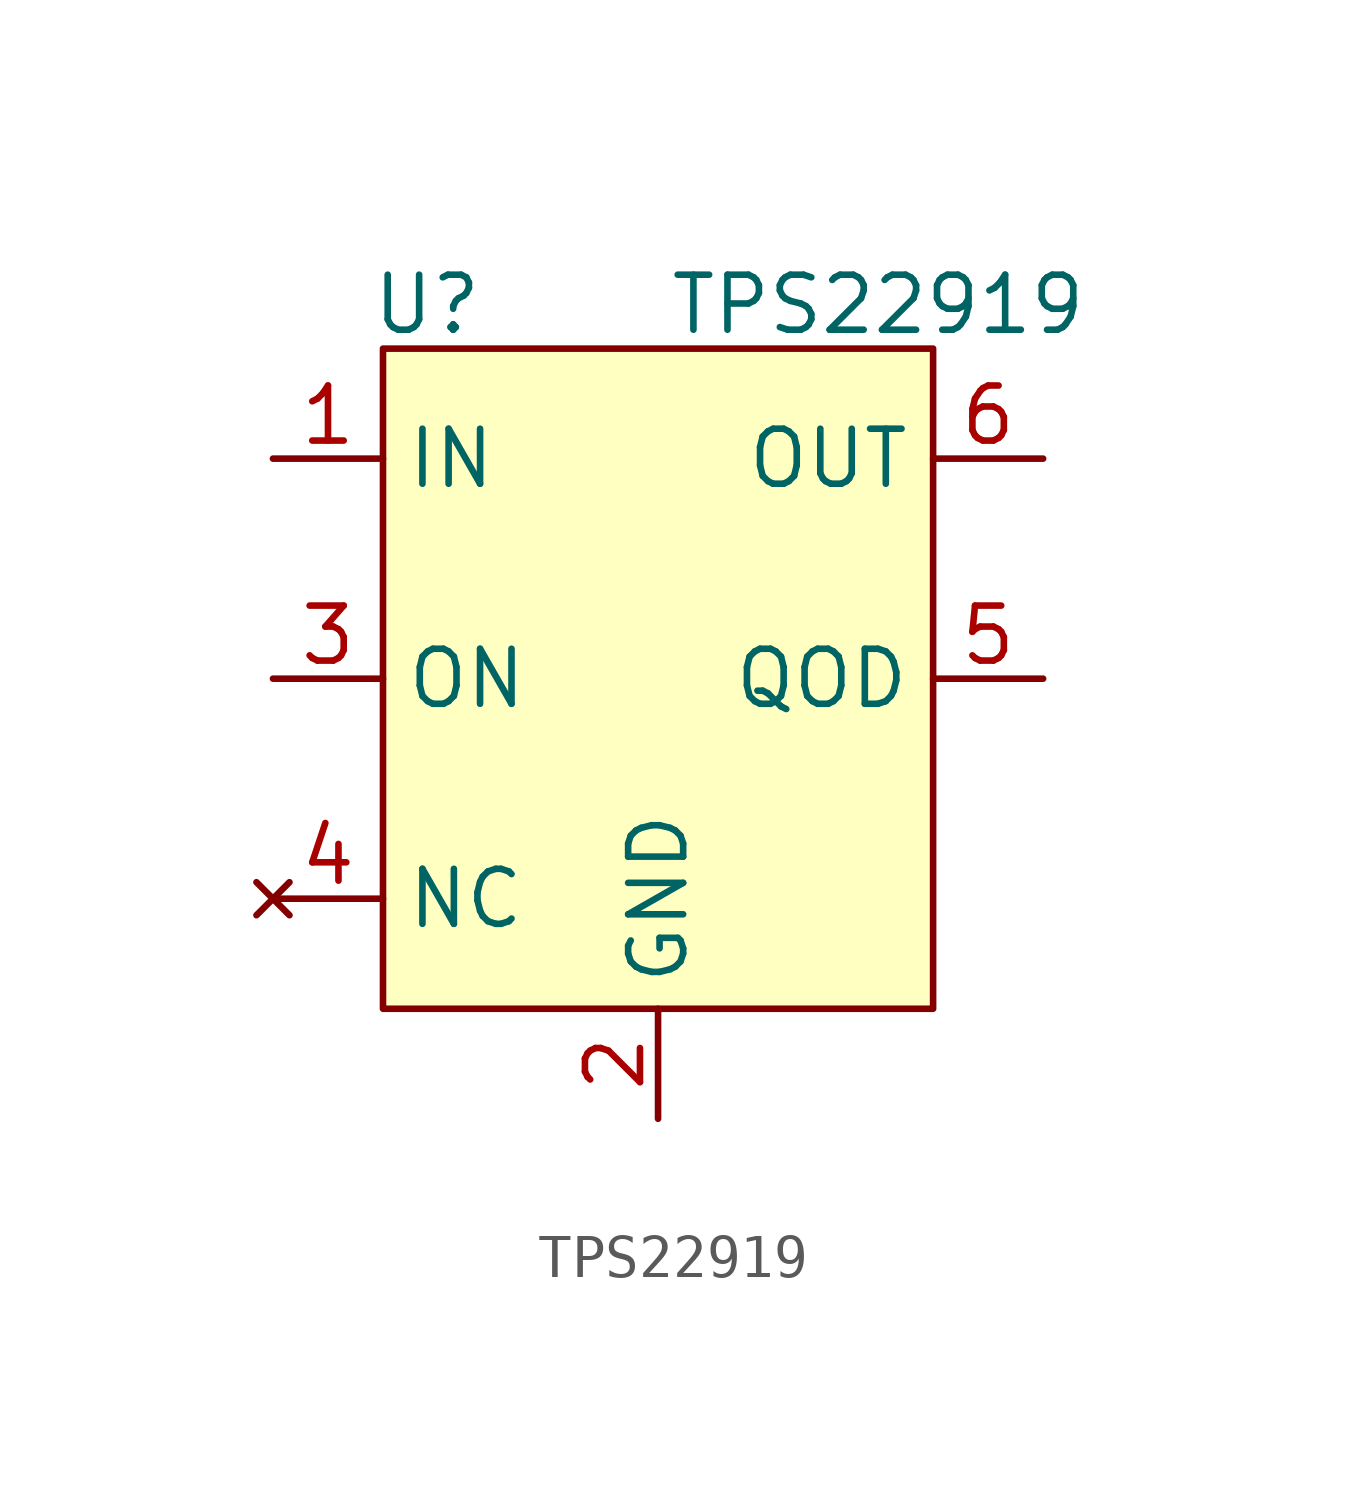
<source format=kicad_sym>
(kicad_symbol_lib
  (version 20231120)
  (generator "kicad_symbol_editor")
  (generator_version "8.0")
  (symbol "TPS22919"
    (property "Reference" "U"
      (at -5.334 8.636 0)
      (effects (font (size 1.27 1.27))))
    (property "Value" "TPS22919"
      (at 5.08 8.636 0)
      (effects (font (size 1.27 1.27))))
    (symbol "TPS22919_1_1"
      (rectangle (start -6.35 7.62) (end 6.35 -7.62) (stroke (width 0) (type default)) (fill (type background)))
      (pin power_in line (at -8.89 5.08 0) (length 2.54) (name "IN" (effects (font (size 1.27 1.27)))) (number "1" (effects (font (size 1.27 1.27)))))
      (pin power_out line (at 0 -10.16 90) (length 2.54) (name "GND" (effects (font (size 1.27 1.27)))) (number "2" (effects (font (size 1.27 1.27)))))
      (pin input line (at -8.89 0 0) (length 2.54) (name "ON" (effects (font (size 1.27 1.27)))) (number "3" (effects (font (size 1.27 1.27)))))
      (pin no_connect line (at -8.89 -5.08 0) (length 2.54) (name "NC" (effects (font (size 1.27 1.27)))) (number "4" (effects (font (size 1.27 1.27)))))
      (pin input line (at 8.89 0 180) (length 2.54) (name "QOD" (effects (font (size 1.27 1.27)))) (number "5" (effects (font (size 1.27 1.27)))))
      (pin power_out line (at 8.89 5.08 180) (length 2.54) (name "OUT" (effects (font (size 1.27 1.27)))) (number "6" (effects (font (size 1.27 1.27))))))))
</source>
